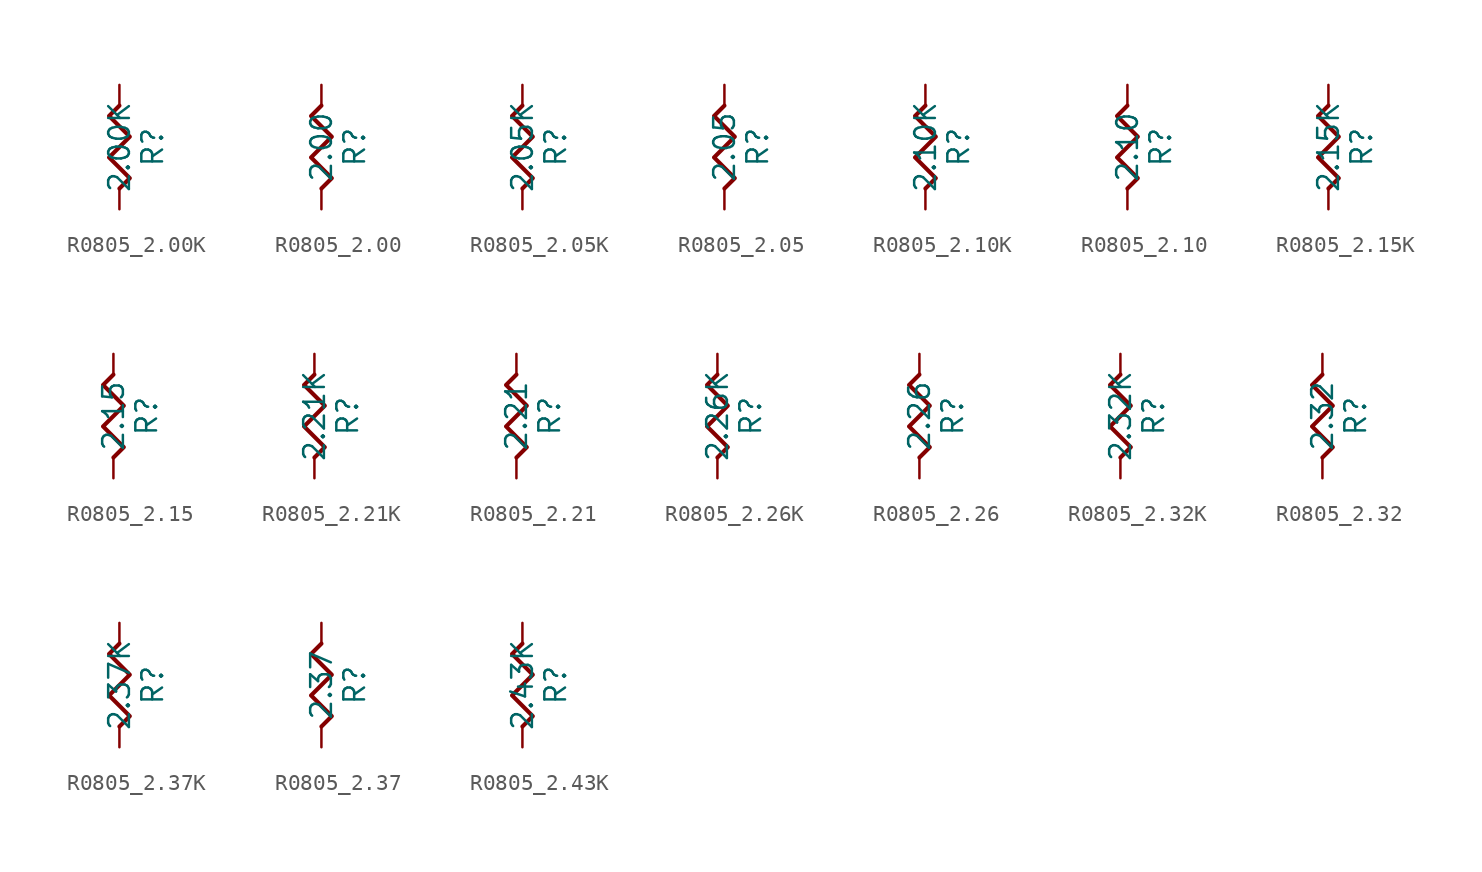
<source format=kicad_sym>
(kicad_symbol_lib
  (version 20211014)
  (generator atlantix-eda)
  (symbol "R0805_2.00K"
    (pin_numbers hide)
    (pin_names
      (offset 0))
    (property "Reference" "R"
      (at 2.032 0 90)
      (effects (font (size 1.27 1.27))))
    (property "Value" "2.00K"
      (at 0 0 90)
      (effects (font (size 1.27 1.27))))
    (symbol "R0805_2.00K_0_1"
      (polyline (pts (xy 0 -2.54) (xy 0.635 -1.905) (xy -0.635 -0.635) (xy 0.635 0.635) (xy -0.635 1.905) (xy 0 2.54)) (stroke (width 0.254) (type default) (color 0 0 0 0)) (fill (type none))))
    (symbol "R0805_2.00K_1_1"
      (pin passive line (at 0 3.81 270) (length 1.27) (name "~" (effects (font (size 1.27 1.27)))) (number "1" (effects (font (size 1.27 1.27)))))
      (pin passive line (at 0 -3.81 90) (length 1.27) (name "~" (effects (font (size 1.27 1.27)))) (number "2" (effects (font (size 1.27 1.27)))))))
  (symbol "R0805_2.00"
    (pin_numbers hide)
    (pin_names
      (offset 0))
    (property "Reference" "R"
      (at 2.032 0 90)
      (effects (font (size 1.27 1.27))))
    (property "Value" "2.00"
      (at 0 0 90)
      (effects (font (size 1.27 1.27))))
    (symbol "R0805_2.00_0_1"
      (polyline (pts (xy 0 -2.54) (xy 0.635 -1.905) (xy -0.635 -0.635) (xy 0.635 0.635) (xy -0.635 1.905) (xy 0 2.54)) (stroke (width 0.254) (type default) (color 0 0 0 0)) (fill (type none))))
    (symbol "R0805_2.00_1_1"
      (pin passive line (at 0 3.81 270) (length 1.27) (name "~" (effects (font (size 1.27 1.27)))) (number "1" (effects (font (size 1.27 1.27)))))
      (pin passive line (at 0 -3.81 90) (length 1.27) (name "~" (effects (font (size 1.27 1.27)))) (number "2" (effects (font (size 1.27 1.27)))))))
  (symbol "R0805_2.05K"
    (pin_numbers hide)
    (pin_names
      (offset 0))
    (property "Reference" "R"
      (at 2.032 0 90)
      (effects (font (size 1.27 1.27))))
    (property "Value" "2.05K"
      (at 0 0 90)
      (effects (font (size 1.27 1.27))))
    (symbol "R0805_2.05K_0_1"
      (polyline (pts (xy 0 -2.54) (xy 0.635 -1.905) (xy -0.635 -0.635) (xy 0.635 0.635) (xy -0.635 1.905) (xy 0 2.54)) (stroke (width 0.254) (type default) (color 0 0 0 0)) (fill (type none))))
    (symbol "R0805_2.05K_1_1"
      (pin passive line (at 0 3.81 270) (length 1.27) (name "~" (effects (font (size 1.27 1.27)))) (number "1" (effects (font (size 1.27 1.27)))))
      (pin passive line (at 0 -3.81 90) (length 1.27) (name "~" (effects (font (size 1.27 1.27)))) (number "2" (effects (font (size 1.27 1.27)))))))
  (symbol "R0805_2.05"
    (pin_numbers hide)
    (pin_names
      (offset 0))
    (property "Reference" "R"
      (at 2.032 0 90)
      (effects (font (size 1.27 1.27))))
    (property "Value" "2.05"
      (at 0 0 90)
      (effects (font (size 1.27 1.27))))
    (symbol "R0805_2.05_0_1"
      (polyline (pts (xy 0 -2.54) (xy 0.635 -1.905) (xy -0.635 -0.635) (xy 0.635 0.635) (xy -0.635 1.905) (xy 0 2.54)) (stroke (width 0.254) (type default) (color 0 0 0 0)) (fill (type none))))
    (symbol "R0805_2.05_1_1"
      (pin passive line (at 0 3.81 270) (length 1.27) (name "~" (effects (font (size 1.27 1.27)))) (number "1" (effects (font (size 1.27 1.27)))))
      (pin passive line (at 0 -3.81 90) (length 1.27) (name "~" (effects (font (size 1.27 1.27)))) (number "2" (effects (font (size 1.27 1.27)))))))
  (symbol "R0805_2.10K"
    (pin_numbers hide)
    (pin_names
      (offset 0))
    (property "Reference" "R"
      (at 2.032 0 90)
      (effects (font (size 1.27 1.27))))
    (property "Value" "2.10K"
      (at 0 0 90)
      (effects (font (size 1.27 1.27))))
    (symbol "R0805_2.10K_0_1"
      (polyline (pts (xy 0 -2.54) (xy 0.635 -1.905) (xy -0.635 -0.635) (xy 0.635 0.635) (xy -0.635 1.905) (xy 0 2.54)) (stroke (width 0.254) (type default) (color 0 0 0 0)) (fill (type none))))
    (symbol "R0805_2.10K_1_1"
      (pin passive line (at 0 3.81 270) (length 1.27) (name "~" (effects (font (size 1.27 1.27)))) (number "1" (effects (font (size 1.27 1.27)))))
      (pin passive line (at 0 -3.81 90) (length 1.27) (name "~" (effects (font (size 1.27 1.27)))) (number "2" (effects (font (size 1.27 1.27)))))))
  (symbol "R0805_2.10"
    (pin_numbers hide)
    (pin_names
      (offset 0))
    (property "Reference" "R"
      (at 2.032 0 90)
      (effects (font (size 1.27 1.27))))
    (property "Value" "2.10"
      (at 0 0 90)
      (effects (font (size 1.27 1.27))))
    (symbol "R0805_2.10_0_1"
      (polyline (pts (xy 0 -2.54) (xy 0.635 -1.905) (xy -0.635 -0.635) (xy 0.635 0.635) (xy -0.635 1.905) (xy 0 2.54)) (stroke (width 0.254) (type default) (color 0 0 0 0)) (fill (type none))))
    (symbol "R0805_2.10_1_1"
      (pin passive line (at 0 3.81 270) (length 1.27) (name "~" (effects (font (size 1.27 1.27)))) (number "1" (effects (font (size 1.27 1.27)))))
      (pin passive line (at 0 -3.81 90) (length 1.27) (name "~" (effects (font (size 1.27 1.27)))) (number "2" (effects (font (size 1.27 1.27)))))))
  (symbol "R0805_2.15K"
    (pin_numbers hide)
    (pin_names
      (offset 0))
    (property "Reference" "R"
      (at 2.032 0 90)
      (effects (font (size 1.27 1.27))))
    (property "Value" "2.15K"
      (at 0 0 90)
      (effects (font (size 1.27 1.27))))
    (symbol "R0805_2.15K_0_1"
      (polyline (pts (xy 0 -2.54) (xy 0.635 -1.905) (xy -0.635 -0.635) (xy 0.635 0.635) (xy -0.635 1.905) (xy 0 2.54)) (stroke (width 0.254) (type default) (color 0 0 0 0)) (fill (type none))))
    (symbol "R0805_2.15K_1_1"
      (pin passive line (at 0 3.81 270) (length 1.27) (name "~" (effects (font (size 1.27 1.27)))) (number "1" (effects (font (size 1.27 1.27)))))
      (pin passive line (at 0 -3.81 90) (length 1.27) (name "~" (effects (font (size 1.27 1.27)))) (number "2" (effects (font (size 1.27 1.27)))))))
  (symbol "R0805_2.15"
    (pin_numbers hide)
    (pin_names
      (offset 0))
    (property "Reference" "R"
      (at 2.032 0 90)
      (effects (font (size 1.27 1.27))))
    (property "Value" "2.15"
      (at 0 0 90)
      (effects (font (size 1.27 1.27))))
    (symbol "R0805_2.15_0_1"
      (polyline (pts (xy 0 -2.54) (xy 0.635 -1.905) (xy -0.635 -0.635) (xy 0.635 0.635) (xy -0.635 1.905) (xy 0 2.54)) (stroke (width 0.254) (type default) (color 0 0 0 0)) (fill (type none))))
    (symbol "R0805_2.15_1_1"
      (pin passive line (at 0 3.81 270) (length 1.27) (name "~" (effects (font (size 1.27 1.27)))) (number "1" (effects (font (size 1.27 1.27)))))
      (pin passive line (at 0 -3.81 90) (length 1.27) (name "~" (effects (font (size 1.27 1.27)))) (number "2" (effects (font (size 1.27 1.27)))))))
  (symbol "R0805_2.21K"
    (pin_numbers hide)
    (pin_names
      (offset 0))
    (property "Reference" "R"
      (at 2.032 0 90)
      (effects (font (size 1.27 1.27))))
    (property "Value" "2.21K"
      (at 0 0 90)
      (effects (font (size 1.27 1.27))))
    (symbol "R0805_2.21K_0_1"
      (polyline (pts (xy 0 -2.54) (xy 0.635 -1.905) (xy -0.635 -0.635) (xy 0.635 0.635) (xy -0.635 1.905) (xy 0 2.54)) (stroke (width 0.254) (type default) (color 0 0 0 0)) (fill (type none))))
    (symbol "R0805_2.21K_1_1"
      (pin passive line (at 0 3.81 270) (length 1.27) (name "~" (effects (font (size 1.27 1.27)))) (number "1" (effects (font (size 1.27 1.27)))))
      (pin passive line (at 0 -3.81 90) (length 1.27) (name "~" (effects (font (size 1.27 1.27)))) (number "2" (effects (font (size 1.27 1.27)))))))
  (symbol "R0805_2.21"
    (pin_numbers hide)
    (pin_names
      (offset 0))
    (property "Reference" "R"
      (at 2.032 0 90)
      (effects (font (size 1.27 1.27))))
    (property "Value" "2.21"
      (at 0 0 90)
      (effects (font (size 1.27 1.27))))
    (symbol "R0805_2.21_0_1"
      (polyline (pts (xy 0 -2.54) (xy 0.635 -1.905) (xy -0.635 -0.635) (xy 0.635 0.635) (xy -0.635 1.905) (xy 0 2.54)) (stroke (width 0.254) (type default) (color 0 0 0 0)) (fill (type none))))
    (symbol "R0805_2.21_1_1"
      (pin passive line (at 0 3.81 270) (length 1.27) (name "~" (effects (font (size 1.27 1.27)))) (number "1" (effects (font (size 1.27 1.27)))))
      (pin passive line (at 0 -3.81 90) (length 1.27) (name "~" (effects (font (size 1.27 1.27)))) (number "2" (effects (font (size 1.27 1.27)))))))
  (symbol "R0805_2.26K"
    (pin_numbers hide)
    (pin_names
      (offset 0))
    (property "Reference" "R"
      (at 2.032 0 90)
      (effects (font (size 1.27 1.27))))
    (property "Value" "2.26K"
      (at 0 0 90)
      (effects (font (size 1.27 1.27))))
    (symbol "R0805_2.26K_0_1"
      (polyline (pts (xy 0 -2.54) (xy 0.635 -1.905) (xy -0.635 -0.635) (xy 0.635 0.635) (xy -0.635 1.905) (xy 0 2.54)) (stroke (width 0.254) (type default) (color 0 0 0 0)) (fill (type none))))
    (symbol "R0805_2.26K_1_1"
      (pin passive line (at 0 3.81 270) (length 1.27) (name "~" (effects (font (size 1.27 1.27)))) (number "1" (effects (font (size 1.27 1.27)))))
      (pin passive line (at 0 -3.81 90) (length 1.27) (name "~" (effects (font (size 1.27 1.27)))) (number "2" (effects (font (size 1.27 1.27)))))))
  (symbol "R0805_2.26"
    (pin_numbers hide)
    (pin_names
      (offset 0))
    (property "Reference" "R"
      (at 2.032 0 90)
      (effects (font (size 1.27 1.27))))
    (property "Value" "2.26"
      (at 0 0 90)
      (effects (font (size 1.27 1.27))))
    (symbol "R0805_2.26_0_1"
      (polyline (pts (xy 0 -2.54) (xy 0.635 -1.905) (xy -0.635 -0.635) (xy 0.635 0.635) (xy -0.635 1.905) (xy 0 2.54)) (stroke (width 0.254) (type default) (color 0 0 0 0)) (fill (type none))))
    (symbol "R0805_2.26_1_1"
      (pin passive line (at 0 3.81 270) (length 1.27) (name "~" (effects (font (size 1.27 1.27)))) (number "1" (effects (font (size 1.27 1.27)))))
      (pin passive line (at 0 -3.81 90) (length 1.27) (name "~" (effects (font (size 1.27 1.27)))) (number "2" (effects (font (size 1.27 1.27)))))))
  (symbol "R0805_2.32K"
    (pin_numbers hide)
    (pin_names
      (offset 0))
    (property "Reference" "R"
      (at 2.032 0 90)
      (effects (font (size 1.27 1.27))))
    (property "Value" "2.32K"
      (at 0 0 90)
      (effects (font (size 1.27 1.27))))
    (symbol "R0805_2.32K_0_1"
      (polyline (pts (xy 0 -2.54) (xy 0.635 -1.905) (xy -0.635 -0.635) (xy 0.635 0.635) (xy -0.635 1.905) (xy 0 2.54)) (stroke (width 0.254) (type default) (color 0 0 0 0)) (fill (type none))))
    (symbol "R0805_2.32K_1_1"
      (pin passive line (at 0 3.81 270) (length 1.27) (name "~" (effects (font (size 1.27 1.27)))) (number "1" (effects (font (size 1.27 1.27)))))
      (pin passive line (at 0 -3.81 90) (length 1.27) (name "~" (effects (font (size 1.27 1.27)))) (number "2" (effects (font (size 1.27 1.27)))))))
  (symbol "R0805_2.32"
    (pin_numbers hide)
    (pin_names
      (offset 0))
    (property "Reference" "R"
      (at 2.032 0 90)
      (effects (font (size 1.27 1.27))))
    (property "Value" "2.32"
      (at 0 0 90)
      (effects (font (size 1.27 1.27))))
    (symbol "R0805_2.32_0_1"
      (polyline (pts (xy 0 -2.54) (xy 0.635 -1.905) (xy -0.635 -0.635) (xy 0.635 0.635) (xy -0.635 1.905) (xy 0 2.54)) (stroke (width 0.254) (type default) (color 0 0 0 0)) (fill (type none))))
    (symbol "R0805_2.32_1_1"
      (pin passive line (at 0 3.81 270) (length 1.27) (name "~" (effects (font (size 1.27 1.27)))) (number "1" (effects (font (size 1.27 1.27)))))
      (pin passive line (at 0 -3.81 90) (length 1.27) (name "~" (effects (font (size 1.27 1.27)))) (number "2" (effects (font (size 1.27 1.27)))))))
  (symbol "R0805_2.37K"
    (pin_numbers hide)
    (pin_names
      (offset 0))
    (property "Reference" "R"
      (at 2.032 0 90)
      (effects (font (size 1.27 1.27))))
    (property "Value" "2.37K"
      (at 0 0 90)
      (effects (font (size 1.27 1.27))))
    (symbol "R0805_2.37K_0_1"
      (polyline (pts (xy 0 -2.54) (xy 0.635 -1.905) (xy -0.635 -0.635) (xy 0.635 0.635) (xy -0.635 1.905) (xy 0 2.54)) (stroke (width 0.254) (type default) (color 0 0 0 0)) (fill (type none))))
    (symbol "R0805_2.37K_1_1"
      (pin passive line (at 0 3.81 270) (length 1.27) (name "~" (effects (font (size 1.27 1.27)))) (number "1" (effects (font (size 1.27 1.27)))))
      (pin passive line (at 0 -3.81 90) (length 1.27) (name "~" (effects (font (size 1.27 1.27)))) (number "2" (effects (font (size 1.27 1.27)))))))
  (symbol "R0805_2.37"
    (pin_numbers hide)
    (pin_names
      (offset 0))
    (property "Reference" "R"
      (at 2.032 0 90)
      (effects (font (size 1.27 1.27))))
    (property "Value" "2.37"
      (at 0 0 90)
      (effects (font (size 1.27 1.27))))
    (symbol "R0805_2.37_0_1"
      (polyline (pts (xy 0 -2.54) (xy 0.635 -1.905) (xy -0.635 -0.635) (xy 0.635 0.635) (xy -0.635 1.905) (xy 0 2.54)) (stroke (width 0.254) (type default) (color 0 0 0 0)) (fill (type none))))
    (symbol "R0805_2.37_1_1"
      (pin passive line (at 0 3.81 270) (length 1.27) (name "~" (effects (font (size 1.27 1.27)))) (number "1" (effects (font (size 1.27 1.27)))))
      (pin passive line (at 0 -3.81 90) (length 1.27) (name "~" (effects (font (size 1.27 1.27)))) (number "2" (effects (font (size 1.27 1.27)))))))
  (symbol "R0805_2.43K"
    (pin_numbers hide)
    (pin_names
      (offset 0))
    (property "Reference" "R"
      (at 2.032 0 90)
      (effects (font (size 1.27 1.27))))
    (property "Value" "2.43K"
      (at 0 0 90)
      (effects (font (size 1.27 1.27))))
    (symbol "R0805_2.43K_0_1"
      (polyline (pts (xy 0 -2.54) (xy 0.635 -1.905) (xy -0.635 -0.635) (xy 0.635 0.635) (xy -0.635 1.905) (xy 0 2.54)) (stroke (width 0.254) (type default) (color 0 0 0 0)) (fill (type none))))
    (symbol "R0805_2.43K_1_1"
      (pin passive line (at 0 3.81 270) (length 1.27) (name "~" (effects (font (size 1.27 1.27)))) (number "1" (effects (font (size 1.27 1.27)))))
      (pin passive line (at 0 -3.81 90) (length 1.27) (name "~" (effects (font (size 1.27 1.27)))) (number "2" (effects (font (size 1.27 1.27))))))))
</source>
